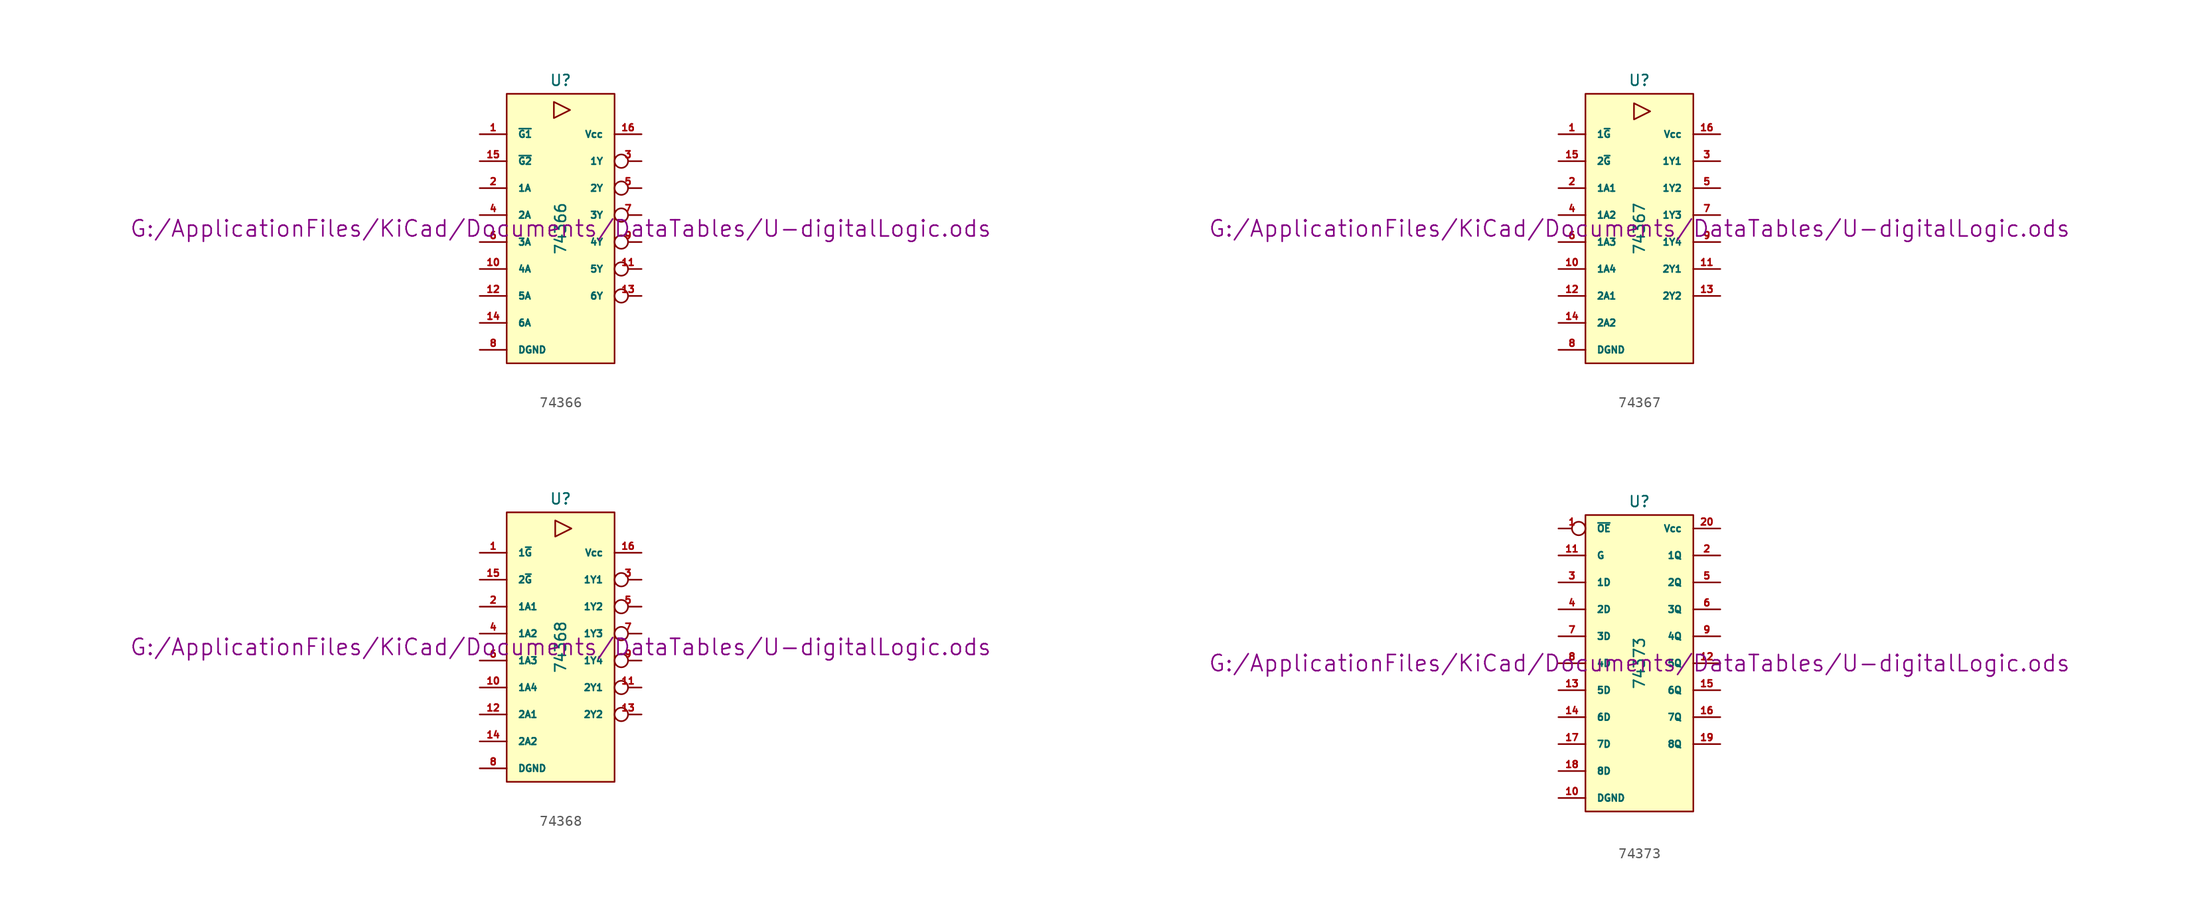
<source format=kicad_sym>
(kicad_symbol_lib
  (version 20211014)
  (generator kicad_symbol_editor)
  (symbol "74366"
    (pin_names
      (offset 1.016))
    (property "Reference" "U"
      (at 0 13.97 0)
      (effects (font (size 1.016 1.016))))
    (property "Value" "74366"
      (at 0 0 90)
      (effects (font (size 1.016 1.016))))
    (property "Footprint" ""
      (at 0 0 0)
      (effects (font (size 1.524 1.524))))
    (property "Datasheet" "G:/ApplicationFiles/KiCad/Documents/DataTables/U-digitalLogic.ods"
      (at 0 0 0)
      (effects (font (size 1.524 1.524))))
    (symbol "74366_0_0"
      (polyline (pts (xy -0.635 11.938) (xy -0.635 10.414) (xy 0.889 11.176) (xy -0.635 11.938)) (stroke (width 0) (type default) (color 0 0 0 0)) (fill (type none))))
    (symbol "74366_0_1"
      (rectangle (start -5.08 12.7) (end 5.08 -12.7) (stroke (width 0) (type default) (color 0 0 0 0)) (fill (type background))))
    (symbol "74366_1_1"
      (pin input line (at -7.62 8.89 0) (length 2.54) (name "~{G1}" (effects (font (size 0.635 0.635)))) (number "1" (effects (font (size 0.635 0.635)))))
      (pin input line (at -7.62 -3.81 0) (length 2.54) (name "4A" (effects (font (size 0.635 0.635)))) (number "10" (effects (font (size 0.635 0.635)))))
      (pin tri_state inverted (at 7.62 -3.81 180) (length 2.54) (name "5Y" (effects (font (size 0.635 0.635)))) (number "11" (effects (font (size 0.635 0.635)))))
      (pin input line (at -7.62 -6.35 0) (length 2.54) (name "5A" (effects (font (size 0.635 0.635)))) (number "12" (effects (font (size 0.635 0.635)))))
      (pin tri_state inverted (at 7.62 -6.35 180) (length 2.54) (name "6Y" (effects (font (size 0.635 0.635)))) (number "13" (effects (font (size 0.635 0.635)))))
      (pin input line (at -7.62 -8.89 0) (length 2.54) (name "6A" (effects (font (size 0.635 0.635)))) (number "14" (effects (font (size 0.635 0.635)))))
      (pin input line (at -7.62 6.35 0) (length 2.54) (name "~{G2}" (effects (font (size 0.635 0.635)))) (number "15" (effects (font (size 0.635 0.635)))))
      (pin power_in line (at 7.62 8.89 180) (length 2.54) (name "Vcc" (effects (font (size 0.635 0.635)))) (number "16" (effects (font (size 0.635 0.635)))))
      (pin input line (at -7.62 3.81 0) (length 2.54) (name "1A" (effects (font (size 0.635 0.635)))) (number "2" (effects (font (size 0.635 0.635)))))
      (pin tri_state inverted (at 7.62 6.35 180) (length 2.54) (name "1Y" (effects (font (size 0.635 0.635)))) (number "3" (effects (font (size 0.635 0.635)))))
      (pin input line (at -7.62 1.27 0) (length 2.54) (name "2A" (effects (font (size 0.635 0.635)))) (number "4" (effects (font (size 0.635 0.635)))))
      (pin tri_state inverted (at 7.62 3.81 180) (length 2.54) (name "2Y" (effects (font (size 0.635 0.635)))) (number "5" (effects (font (size 0.635 0.635)))))
      (pin input line (at -7.62 -1.27 0) (length 2.54) (name "3A" (effects (font (size 0.635 0.635)))) (number "6" (effects (font (size 0.635 0.635)))))
      (pin tri_state inverted (at 7.62 1.27 180) (length 2.54) (name "3Y" (effects (font (size 0.635 0.635)))) (number "7" (effects (font (size 0.635 0.635)))))
      (pin power_in line (at -7.62 -11.43 0) (length 2.54) (name "DGND" (effects (font (size 0.635 0.635)))) (number "8" (effects (font (size 0.635 0.635)))))
      (pin tri_state inverted (at 7.62 -1.27 180) (length 2.54) (name "4Y" (effects (font (size 0.635 0.635)))) (number "9" (effects (font (size 0.635 0.635)))))))
  (symbol "74367"
    (pin_names
      (offset 1.016))
    (property "Reference" "U"
      (at 0 13.97 0)
      (effects (font (size 1.016 1.016))))
    (property "Value" "74367"
      (at 0 0 90)
      (effects (font (size 1.016 1.016))))
    (property "Footprint" ""
      (at 0 0 0)
      (effects (font (size 1.524 1.524))))
    (property "Datasheet" "G:/ApplicationFiles/KiCad/Documents/DataTables/U-digitalLogic.ods"
      (at 0 0 0)
      (effects (font (size 1.524 1.524))))
    (symbol "74367_0_0"
      (polyline (pts (xy -0.508 11.811) (xy -0.508 10.287) (xy 1.016 11.049) (xy -0.508 11.811)) (stroke (width 0) (type default) (color 0 0 0 0)) (fill (type none))))
    (symbol "74367_0_1"
      (rectangle (start -5.08 12.7) (end 5.08 -12.7) (stroke (width 0) (type default) (color 0 0 0 0)) (fill (type background))))
    (symbol "74367_1_1"
      (pin input line (at -7.62 8.89 0) (length 2.54) (name "1~{G}" (effects (font (size 0.635 0.635)))) (number "1" (effects (font (size 0.635 0.635)))))
      (pin input line (at -7.62 -3.81 0) (length 2.54) (name "1A4" (effects (font (size 0.635 0.635)))) (number "10" (effects (font (size 0.635 0.635)))))
      (pin tri_state line (at 7.62 -3.81 180) (length 2.54) (name "2Y1" (effects (font (size 0.635 0.635)))) (number "11" (effects (font (size 0.635 0.635)))))
      (pin input line (at -7.62 -6.35 0) (length 2.54) (name "2A1" (effects (font (size 0.635 0.635)))) (number "12" (effects (font (size 0.635 0.635)))))
      (pin tri_state line (at 7.62 -6.35 180) (length 2.54) (name "2Y2" (effects (font (size 0.635 0.635)))) (number "13" (effects (font (size 0.635 0.635)))))
      (pin input line (at -7.62 -8.89 0) (length 2.54) (name "2A2" (effects (font (size 0.635 0.635)))) (number "14" (effects (font (size 0.635 0.635)))))
      (pin input line (at -7.62 6.35 0) (length 2.54) (name "2~{G}" (effects (font (size 0.635 0.635)))) (number "15" (effects (font (size 0.635 0.635)))))
      (pin power_in line (at 7.62 8.89 180) (length 2.54) (name "Vcc" (effects (font (size 0.635 0.635)))) (number "16" (effects (font (size 0.635 0.635)))))
      (pin input line (at -7.62 3.81 0) (length 2.54) (name "1A1" (effects (font (size 0.635 0.635)))) (number "2" (effects (font (size 0.635 0.635)))))
      (pin tri_state line (at 7.62 6.35 180) (length 2.54) (name "1Y1" (effects (font (size 0.635 0.635)))) (number "3" (effects (font (size 0.635 0.635)))))
      (pin input line (at -7.62 1.27 0) (length 2.54) (name "1A2" (effects (font (size 0.635 0.635)))) (number "4" (effects (font (size 0.635 0.635)))))
      (pin tri_state line (at 7.62 3.81 180) (length 2.54) (name "1Y2" (effects (font (size 0.635 0.635)))) (number "5" (effects (font (size 0.635 0.635)))))
      (pin input line (at -7.62 -1.27 0) (length 2.54) (name "1A3" (effects (font (size 0.635 0.635)))) (number "6" (effects (font (size 0.635 0.635)))))
      (pin tri_state line (at 7.62 1.27 180) (length 2.54) (name "1Y3" (effects (font (size 0.635 0.635)))) (number "7" (effects (font (size 0.635 0.635)))))
      (pin power_in line (at -7.62 -11.43 0) (length 2.54) (name "DGND" (effects (font (size 0.635 0.635)))) (number "8" (effects (font (size 0.635 0.635)))))
      (pin tri_state line (at 7.62 -1.27 180) (length 2.54) (name "1Y4" (effects (font (size 0.635 0.635)))) (number "9" (effects (font (size 0.635 0.635)))))))
  (symbol "74368"
    (pin_names
      (offset 1.016))
    (property "Reference" "U"
      (at 0 13.97 0)
      (effects (font (size 1.016 1.016))))
    (property "Value" "74368"
      (at 0 0 90)
      (effects (font (size 1.016 1.016))))
    (property "Footprint" ""
      (at 0 0 0)
      (effects (font (size 1.524 1.524))))
    (property "Datasheet" "G:/ApplicationFiles/KiCad/Documents/DataTables/U-digitalLogic.ods"
      (at 0 0 0)
      (effects (font (size 1.524 1.524))))
    (symbol "74368_0_0"
      (polyline (pts (xy -0.508 11.938) (xy -0.508 10.414) (xy 1.016 11.176) (xy -0.508 11.938)) (stroke (width 0) (type default) (color 0 0 0 0)) (fill (type none))))
    (symbol "74368_0_1"
      (rectangle (start -5.08 12.7) (end 5.08 -12.7) (stroke (width 0) (type default) (color 0 0 0 0)) (fill (type background))))
    (symbol "74368_1_1"
      (pin input line (at -7.62 8.89 0) (length 2.54) (name "1~{G}" (effects (font (size 0.635 0.635)))) (number "1" (effects (font (size 0.635 0.635)))))
      (pin input line (at -7.62 -3.81 0) (length 2.54) (name "1A4" (effects (font (size 0.635 0.635)))) (number "10" (effects (font (size 0.635 0.635)))))
      (pin tri_state inverted (at 7.62 -3.81 180) (length 2.54) (name "2Y1" (effects (font (size 0.635 0.635)))) (number "11" (effects (font (size 0.635 0.635)))))
      (pin input line (at -7.62 -6.35 0) (length 2.54) (name "2A1" (effects (font (size 0.635 0.635)))) (number "12" (effects (font (size 0.635 0.635)))))
      (pin tri_state inverted (at 7.62 -6.35 180) (length 2.54) (name "2Y2" (effects (font (size 0.635 0.635)))) (number "13" (effects (font (size 0.635 0.635)))))
      (pin input line (at -7.62 -8.89 0) (length 2.54) (name "2A2" (effects (font (size 0.635 0.635)))) (number "14" (effects (font (size 0.635 0.635)))))
      (pin input line (at -7.62 6.35 0) (length 2.54) (name "2~{G}" (effects (font (size 0.635 0.635)))) (number "15" (effects (font (size 0.635 0.635)))))
      (pin power_in line (at 7.62 8.89 180) (length 2.54) (name "Vcc" (effects (font (size 0.635 0.635)))) (number "16" (effects (font (size 0.635 0.635)))))
      (pin input line (at -7.62 3.81 0) (length 2.54) (name "1A1" (effects (font (size 0.635 0.635)))) (number "2" (effects (font (size 0.635 0.635)))))
      (pin tri_state inverted (at 7.62 6.35 180) (length 2.54) (name "1Y1" (effects (font (size 0.635 0.635)))) (number "3" (effects (font (size 0.635 0.635)))))
      (pin input line (at -7.62 1.27 0) (length 2.54) (name "1A2" (effects (font (size 0.635 0.635)))) (number "4" (effects (font (size 0.635 0.635)))))
      (pin tri_state inverted (at 7.62 3.81 180) (length 2.54) (name "1Y2" (effects (font (size 0.635 0.635)))) (number "5" (effects (font (size 0.635 0.635)))))
      (pin input line (at -7.62 -1.27 0) (length 2.54) (name "1A3" (effects (font (size 0.635 0.635)))) (number "6" (effects (font (size 0.635 0.635)))))
      (pin tri_state inverted (at 7.62 1.27 180) (length 2.54) (name "1Y3" (effects (font (size 0.635 0.635)))) (number "7" (effects (font (size 0.635 0.635)))))
      (pin power_in line (at -7.62 -11.43 0) (length 2.54) (name "DGND" (effects (font (size 0.635 0.635)))) (number "8" (effects (font (size 0.635 0.635)))))
      (pin tri_state inverted (at 7.62 -1.27 180) (length 2.54) (name "1Y4" (effects (font (size 0.635 0.635)))) (number "9" (effects (font (size 0.635 0.635)))))))
  (symbol "74373"
    (pin_names
      (offset 1.016))
    (property "Reference" "U"
      (at 0 15.24 0)
      (effects (font (size 1.016 1.016))))
    (property "Value" "74373"
      (at 0 0 90)
      (effects (font (size 1.016 1.016))))
    (property "Footprint" ""
      (at 0 0 0)
      (effects (font (size 1.524 1.524))))
    (property "Datasheet" "G:/ApplicationFiles/KiCad/Documents/DataTables/U-digitalLogic.ods"
      (at 0 0 0)
      (effects (font (size 1.524 1.524))))
    (symbol "74373_0_1"
      (rectangle (start -5.08 13.97) (end 5.08 -13.97) (stroke (width 0) (type default) (color 0 0 0 0)) (fill (type background))))
    (symbol "74373_1_1"
      (pin input inverted (at -7.62 12.7 0) (length 2.54) (name "~{OE}" (effects (font (size 0.635 0.635)))) (number "1" (effects (font (size 0.635 0.635)))))
      (pin power_in line (at -7.62 -12.7 0) (length 2.54) (name "DGND" (effects (font (size 0.635 0.635)))) (number "10" (effects (font (size 0.635 0.635)))))
      (pin input line (at -7.62 10.16 0) (length 2.54) (name "G" (effects (font (size 0.635 0.635)))) (number "11" (effects (font (size 0.635 0.635)))))
      (pin tri_state line (at 7.62 0 180) (length 2.54) (name "5Q" (effects (font (size 0.635 0.635)))) (number "12" (effects (font (size 0.635 0.635)))))
      (pin input line (at -7.62 -2.54 0) (length 2.54) (name "5D" (effects (font (size 0.635 0.635)))) (number "13" (effects (font (size 0.635 0.635)))))
      (pin input line (at -7.62 -5.08 0) (length 2.54) (name "6D" (effects (font (size 0.635 0.635)))) (number "14" (effects (font (size 0.635 0.635)))))
      (pin tri_state line (at 7.62 -2.54 180) (length 2.54) (name "6Q" (effects (font (size 0.635 0.635)))) (number "15" (effects (font (size 0.635 0.635)))))
      (pin tri_state line (at 7.62 -5.08 180) (length 2.54) (name "7Q" (effects (font (size 0.635 0.635)))) (number "16" (effects (font (size 0.635 0.635)))))
      (pin input line (at -7.62 -7.62 0) (length 2.54) (name "7D" (effects (font (size 0.635 0.635)))) (number "17" (effects (font (size 0.635 0.635)))))
      (pin input line (at -7.62 -10.16 0) (length 2.54) (name "8D" (effects (font (size 0.635 0.635)))) (number "18" (effects (font (size 0.635 0.635)))))
      (pin tri_state line (at 7.62 -7.62 180) (length 2.54) (name "8Q" (effects (font (size 0.635 0.635)))) (number "19" (effects (font (size 0.635 0.635)))))
      (pin tri_state line (at 7.62 10.16 180) (length 2.54) (name "1Q" (effects (font (size 0.635 0.635)))) (number "2" (effects (font (size 0.635 0.635)))))
      (pin power_in line (at 7.62 12.7 180) (length 2.54) (name "Vcc" (effects (font (size 0.635 0.635)))) (number "20" (effects (font (size 0.635 0.635)))))
      (pin input line (at -7.62 7.62 0) (length 2.54) (name "1D" (effects (font (size 0.635 0.635)))) (number "3" (effects (font (size 0.635 0.635)))))
      (pin input line (at -7.62 5.08 0) (length 2.54) (name "2D" (effects (font (size 0.635 0.635)))) (number "4" (effects (font (size 0.635 0.635)))))
      (pin tri_state line (at 7.62 7.62 180) (length 2.54) (name "2Q" (effects (font (size 0.635 0.635)))) (number "5" (effects (font (size 0.635 0.635)))))
      (pin tri_state line (at 7.62 5.08 180) (length 2.54) (name "3Q" (effects (font (size 0.635 0.635)))) (number "6" (effects (font (size 0.635 0.635)))))
      (pin input line (at -7.62 2.54 0) (length 2.54) (name "3D" (effects (font (size 0.635 0.635)))) (number "7" (effects (font (size 0.635 0.635)))))
      (pin input line (at -7.62 0 0) (length 2.54) (name "4D" (effects (font (size 0.635 0.635)))) (number "8" (effects (font (size 0.635 0.635)))))
      (pin tri_state line (at 7.62 2.54 180) (length 2.54) (name "4Q" (effects (font (size 0.635 0.635)))) (number "9" (effects (font (size 0.635 0.635))))))))
</source>
